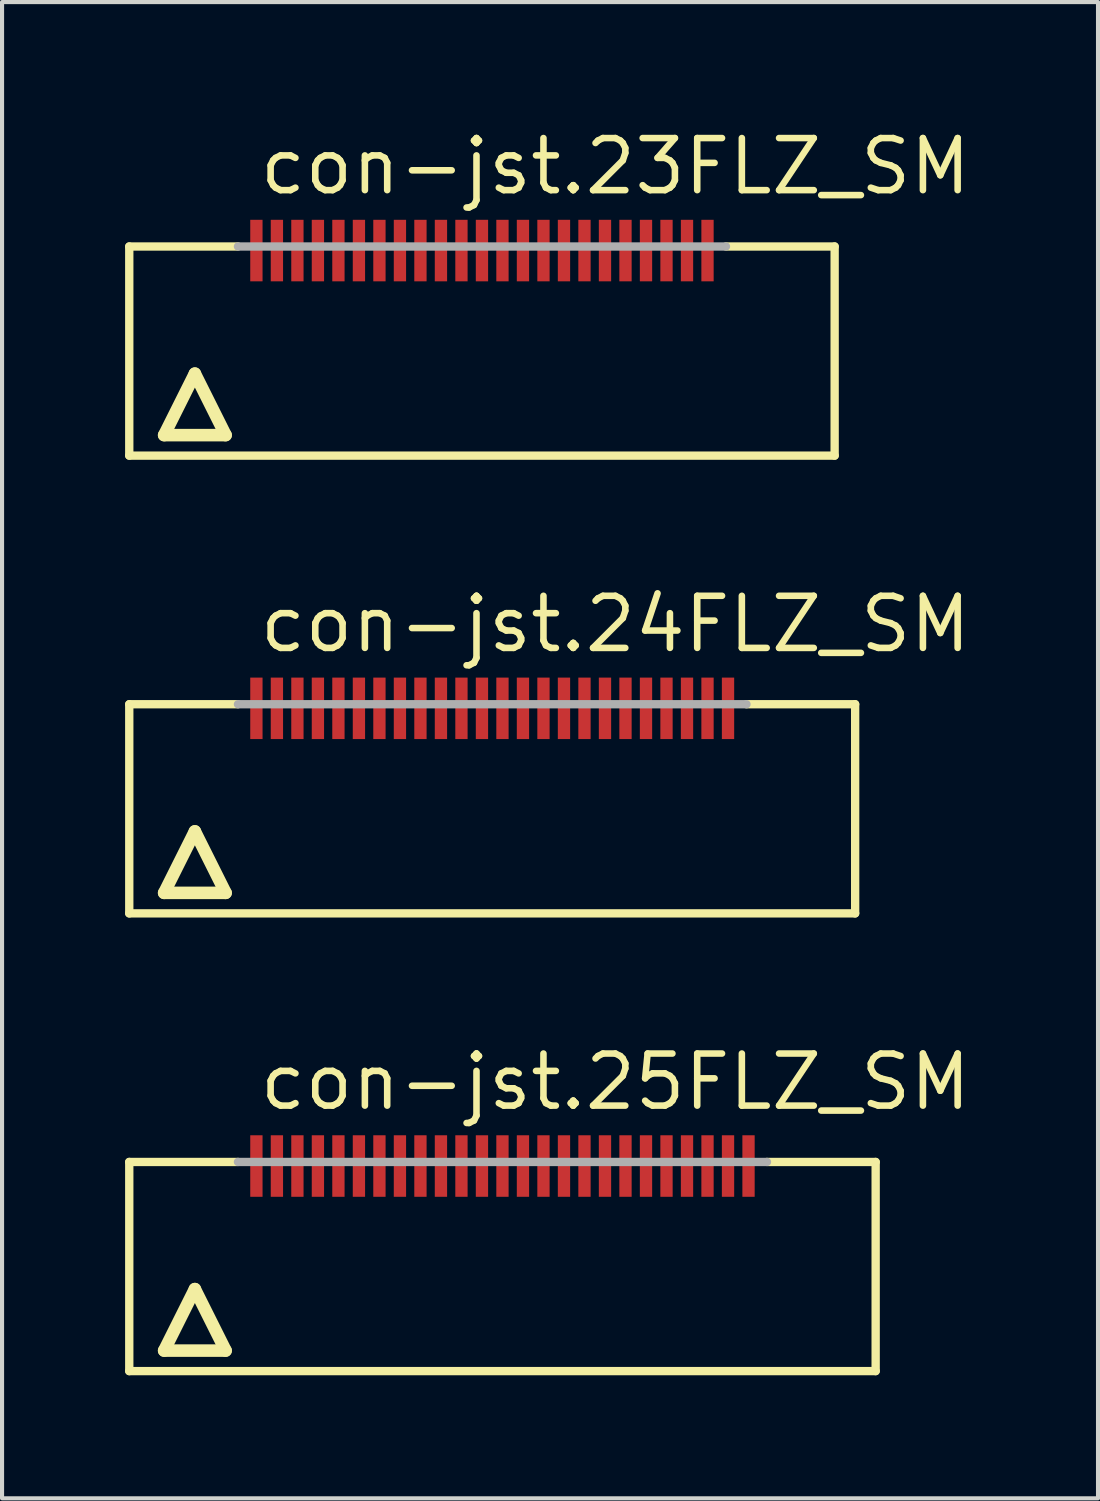
<source format=kicad_pcb>
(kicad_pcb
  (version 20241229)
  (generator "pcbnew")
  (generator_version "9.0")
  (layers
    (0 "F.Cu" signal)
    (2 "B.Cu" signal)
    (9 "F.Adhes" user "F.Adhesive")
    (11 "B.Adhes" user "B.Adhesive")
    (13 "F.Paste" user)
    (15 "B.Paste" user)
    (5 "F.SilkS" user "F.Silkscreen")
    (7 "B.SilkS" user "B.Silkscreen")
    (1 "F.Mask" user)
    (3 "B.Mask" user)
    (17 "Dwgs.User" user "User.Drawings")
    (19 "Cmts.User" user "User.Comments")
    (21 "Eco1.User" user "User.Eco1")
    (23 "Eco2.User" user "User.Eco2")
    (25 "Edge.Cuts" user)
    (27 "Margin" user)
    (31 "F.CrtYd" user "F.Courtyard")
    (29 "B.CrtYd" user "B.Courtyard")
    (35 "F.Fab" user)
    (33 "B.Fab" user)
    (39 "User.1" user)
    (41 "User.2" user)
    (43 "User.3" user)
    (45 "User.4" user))
  (footprint "con-jst.23FLZ_SM"
    (layer "F.Cu")
    (at 8.702 5.56)
    (property "Reference" "con-jst.23FLZ_SM" (at -5.5 -3.81 0) (layer "F.SilkS") (effects (font (size 1.27 1.27) (thickness 0.16)) (justify left bottom)))
    (attr smd)
    (fp_line (start -8.6 -2.6) (end -5.95 -2.6) (stroke (width 0.203) (type default)) (layer "F.SilkS"))
    (fp_line (start -8.6 2.5) (end -8.6 -2.6) (stroke (width 0.203) (type default)) (layer "F.SilkS"))
    (fp_line (start -7.75 2) (end -6.25 2) (stroke (width 0.305) (type default)) (layer "F.SilkS"))
    (fp_line (start -7 0.5) (end -7.75 2) (stroke (width 0.305) (type default)) (layer "F.SilkS"))
    (fp_line (start -6.25 2) (end -7 0.5) (stroke (width 0.305) (type default)) (layer "F.SilkS"))
    (fp_line (start 5.95 -2.6) (end 8.6 -2.6) (stroke (width 0.203) (type default)) (layer "F.SilkS"))
    (fp_line (start 8.6 -2.6) (end 8.6 2.5) (stroke (width 0.203) (type default)) (layer "F.SilkS"))
    (fp_line (start 8.6 2.5) (end -8.6 2.5) (stroke (width 0.203) (type default)) (layer "F.SilkS"))
    (fp_line (start -5.95 -2.6) (end 5.95 -2.6) (stroke (width 0.203) (type default)) (layer "F.Fab"))
    (pad "1" smd roundrect (at -5.5 -2.5) (size 0.3 1.5) (layers "F.Cu" "F.Mask" "F.Paste") (roundrect_rratio 0.01))
    (pad "2" smd roundrect (at -5 -2.5) (size 0.3 1.5) (layers "F.Cu" "F.Mask" "F.Paste") (roundrect_rratio 0.01))
    (pad "3" smd roundrect (at -4.5 -2.5) (size 0.3 1.5) (layers "F.Cu" "F.Mask" "F.Paste") (roundrect_rratio 0.01))
    (pad "4" smd roundrect (at -4 -2.5) (size 0.3 1.5) (layers "F.Cu" "F.Mask" "F.Paste") (roundrect_rratio 0.01))
    (pad "5" smd roundrect (at -3.5 -2.5) (size 0.3 1.5) (layers "F.Cu" "F.Mask" "F.Paste") (roundrect_rratio 0.01))
    (pad "6" smd roundrect (at -3 -2.5) (size 0.3 1.5) (layers "F.Cu" "F.Mask" "F.Paste") (roundrect_rratio 0.01))
    (pad "7" smd roundrect (at -2.5 -2.5) (size 0.3 1.5) (layers "F.Cu" "F.Mask" "F.Paste") (roundrect_rratio 0.01))
    (pad "8" smd roundrect (at -2 -2.5) (size 0.3 1.5) (layers "F.Cu" "F.Mask" "F.Paste") (roundrect_rratio 0.01))
    (pad "9" smd roundrect (at -1.5 -2.5) (size 0.3 1.5) (layers "F.Cu" "F.Mask" "F.Paste") (roundrect_rratio 0.01))
    (pad "10" smd roundrect (at -1 -2.5) (size 0.3 1.5) (layers "F.Cu" "F.Mask" "F.Paste") (roundrect_rratio 0.01))
    (pad "11" smd roundrect (at -0.5 -2.5) (size 0.3 1.5) (layers "F.Cu" "F.Mask" "F.Paste") (roundrect_rratio 0.01))
    (pad "12" smd roundrect (at 0 -2.5) (size 0.3 1.5) (layers "F.Cu" "F.Mask" "F.Paste") (roundrect_rratio 0.01))
    (pad "13" smd roundrect (at 0.5 -2.5) (size 0.3 1.5) (layers "F.Cu" "F.Mask" "F.Paste") (roundrect_rratio 0.01))
    (pad "14" smd roundrect (at 1 -2.5) (size 0.3 1.5) (layers "F.Cu" "F.Mask" "F.Paste") (roundrect_rratio 0.01))
    (pad "15" smd roundrect (at 1.5 -2.5) (size 0.3 1.5) (layers "F.Cu" "F.Mask" "F.Paste") (roundrect_rratio 0.01))
    (pad "16" smd roundrect (at 2 -2.5) (size 0.3 1.5) (layers "F.Cu" "F.Mask" "F.Paste") (roundrect_rratio 0.01))
    (pad "17" smd roundrect (at 2.5 -2.5) (size 0.3 1.5) (layers "F.Cu" "F.Mask" "F.Paste") (roundrect_rratio 0.01))
    (pad "18" smd roundrect (at 3 -2.5) (size 0.3 1.5) (layers "F.Cu" "F.Mask" "F.Paste") (roundrect_rratio 0.01))
    (pad "19" smd roundrect (at 3.5 -2.5) (size 0.3 1.5) (layers "F.Cu" "F.Mask" "F.Paste") (roundrect_rratio 0.01))
    (pad "20" smd roundrect (at 4 -2.5) (size 0.3 1.5) (layers "F.Cu" "F.Mask" "F.Paste") (roundrect_rratio 0.01))
    (pad "21" smd roundrect (at 4.5 -2.5) (size 0.3 1.5) (layers "F.Cu" "F.Mask" "F.Paste") (roundrect_rratio 0.01))
    (pad "22" smd roundrect (at 5 -2.5) (size 0.3 1.5) (layers "F.Cu" "F.Mask" "F.Paste") (roundrect_rratio 0.01))
    (pad "23" smd roundrect (at 5.5 -2.5) (size 0.3 1.5) (layers "F.Cu" "F.Mask" "F.Paste") (roundrect_rratio 0.01)))
  (footprint "con-jst.25FLZ_SM"
    (layer "F.Cu")
    (at 9.202 27.883)
    (property "Reference" "con-jst.25FLZ_SM" (at -6 -3.81 0) (layer "F.SilkS") (effects (font (size 1.27 1.27) (thickness 0.16)) (justify left bottom)))
    (attr smd)
    (fp_line (start -9.1 -2.6) (end -6.45 -2.6) (stroke (width 0.203) (type default)) (layer "F.SilkS"))
    (fp_line (start -9.1 2.5) (end -9.1 -2.6) (stroke (width 0.203) (type default)) (layer "F.SilkS"))
    (fp_line (start -8.25 2) (end -6.75 2) (stroke (width 0.305) (type default)) (layer "F.SilkS"))
    (fp_line (start -7.5 0.5) (end -8.25 2) (stroke (width 0.305) (type default)) (layer "F.SilkS"))
    (fp_line (start -6.75 2) (end -7.5 0.5) (stroke (width 0.305) (type default)) (layer "F.SilkS"))
    (fp_line (start 6.45 -2.6) (end 9.1 -2.6) (stroke (width 0.203) (type default)) (layer "F.SilkS"))
    (fp_line (start 9.1 -2.6) (end 9.1 2.5) (stroke (width 0.203) (type default)) (layer "F.SilkS"))
    (fp_line (start 9.1 2.5) (end -9.1 2.5) (stroke (width 0.203) (type default)) (layer "F.SilkS"))
    (fp_line (start -6.45 -2.6) (end 6.45 -2.6) (stroke (width 0.203) (type default)) (layer "F.Fab"))
    (pad "1" smd roundrect (at -6 -2.5) (size 0.3 1.5) (layers "F.Cu" "F.Mask" "F.Paste") (roundrect_rratio 0.01))
    (pad "2" smd roundrect (at -5.5 -2.5) (size 0.3 1.5) (layers "F.Cu" "F.Mask" "F.Paste") (roundrect_rratio 0.01))
    (pad "3" smd roundrect (at -5 -2.5) (size 0.3 1.5) (layers "F.Cu" "F.Mask" "F.Paste") (roundrect_rratio 0.01))
    (pad "4" smd roundrect (at -4.5 -2.5) (size 0.3 1.5) (layers "F.Cu" "F.Mask" "F.Paste") (roundrect_rratio 0.01))
    (pad "5" smd roundrect (at -4 -2.5) (size 0.3 1.5) (layers "F.Cu" "F.Mask" "F.Paste") (roundrect_rratio 0.01))
    (pad "6" smd roundrect (at -3.5 -2.5) (size 0.3 1.5) (layers "F.Cu" "F.Mask" "F.Paste") (roundrect_rratio 0.01))
    (pad "7" smd roundrect (at -3 -2.5) (size 0.3 1.5) (layers "F.Cu" "F.Mask" "F.Paste") (roundrect_rratio 0.01))
    (pad "8" smd roundrect (at -2.5 -2.5) (size 0.3 1.5) (layers "F.Cu" "F.Mask" "F.Paste") (roundrect_rratio 0.01))
    (pad "9" smd roundrect (at -2 -2.5) (size 0.3 1.5) (layers "F.Cu" "F.Mask" "F.Paste") (roundrect_rratio 0.01))
    (pad "10" smd roundrect (at -1.5 -2.5) (size 0.3 1.5) (layers "F.Cu" "F.Mask" "F.Paste") (roundrect_rratio 0.01))
    (pad "11" smd roundrect (at -1 -2.5) (size 0.3 1.5) (layers "F.Cu" "F.Mask" "F.Paste") (roundrect_rratio 0.01))
    (pad "12" smd roundrect (at -0.5 -2.5) (size 0.3 1.5) (layers "F.Cu" "F.Mask" "F.Paste") (roundrect_rratio 0.01))
    (pad "13" smd roundrect (at 0 -2.5) (size 0.3 1.5) (layers "F.Cu" "F.Mask" "F.Paste") (roundrect_rratio 0.01))
    (pad "14" smd roundrect (at 0.5 -2.5) (size 0.3 1.5) (layers "F.Cu" "F.Mask" "F.Paste") (roundrect_rratio 0.01))
    (pad "15" smd roundrect (at 1 -2.5) (size 0.3 1.5) (layers "F.Cu" "F.Mask" "F.Paste") (roundrect_rratio 0.01))
    (pad "16" smd roundrect (at 1.5 -2.5) (size 0.3 1.5) (layers "F.Cu" "F.Mask" "F.Paste") (roundrect_rratio 0.01))
    (pad "17" smd roundrect (at 2 -2.5) (size 0.3 1.5) (layers "F.Cu" "F.Mask" "F.Paste") (roundrect_rratio 0.01))
    (pad "18" smd roundrect (at 2.5 -2.5) (size 0.3 1.5) (layers "F.Cu" "F.Mask" "F.Paste") (roundrect_rratio 0.01))
    (pad "19" smd roundrect (at 3 -2.5) (size 0.3 1.5) (layers "F.Cu" "F.Mask" "F.Paste") (roundrect_rratio 0.01))
    (pad "20" smd roundrect (at 3.5 -2.5) (size 0.3 1.5) (layers "F.Cu" "F.Mask" "F.Paste") (roundrect_rratio 0.01))
    (pad "21" smd roundrect (at 4 -2.5) (size 0.3 1.5) (layers "F.Cu" "F.Mask" "F.Paste") (roundrect_rratio 0.01))
    (pad "22" smd roundrect (at 4.5 -2.5) (size 0.3 1.5) (layers "F.Cu" "F.Mask" "F.Paste") (roundrect_rratio 0.01))
    (pad "23" smd roundrect (at 5 -2.5) (size 0.3 1.5) (layers "F.Cu" "F.Mask" "F.Paste") (roundrect_rratio 0.01))
    (pad "24" smd roundrect (at 5.5 -2.5) (size 0.3 1.5) (layers "F.Cu" "F.Mask" "F.Paste") (roundrect_rratio 0.01))
    (pad "25" smd roundrect (at 6 -2.5) (size 0.3 1.5) (layers "F.Cu" "F.Mask" "F.Paste") (roundrect_rratio 0.01)))
  (footprint "con-jst.24FLZ_SM"
    (layer "F.Cu")
    (at 8.952 16.722)
    (property "Reference" "con-jst.24FLZ_SM" (at -5.75 -3.81 0) (layer "F.SilkS") (effects (font (size 1.27 1.27) (thickness 0.16)) (justify left bottom)))
    (attr smd)
    (fp_line (start -8.85 -2.6) (end -6.2 -2.6) (stroke (width 0.203) (type default)) (layer "F.SilkS"))
    (fp_line (start -8.85 2.5) (end -8.85 -2.6) (stroke (width 0.203) (type default)) (layer "F.SilkS"))
    (fp_line (start -8 2) (end -6.5 2) (stroke (width 0.305) (type default)) (layer "F.SilkS"))
    (fp_line (start -7.25 0.5) (end -8 2) (stroke (width 0.305) (type default)) (layer "F.SilkS"))
    (fp_line (start -6.5 2) (end -7.25 0.5) (stroke (width 0.305) (type default)) (layer "F.SilkS"))
    (fp_line (start 6.2 -2.6) (end 8.85 -2.6) (stroke (width 0.203) (type default)) (layer "F.SilkS"))
    (fp_line (start 8.85 -2.6) (end 8.85 2.5) (stroke (width 0.203) (type default)) (layer "F.SilkS"))
    (fp_line (start 8.85 2.5) (end -8.85 2.5) (stroke (width 0.203) (type default)) (layer "F.SilkS"))
    (fp_line (start -6.2 -2.6) (end 6.2 -2.6) (stroke (width 0.203) (type default)) (layer "F.Fab"))
    (pad "1" smd roundrect (at -5.75 -2.5) (size 0.3 1.5) (layers "F.Cu" "F.Mask" "F.Paste") (roundrect_rratio 0.01))
    (pad "2" smd roundrect (at -5.25 -2.5) (size 0.3 1.5) (layers "F.Cu" "F.Mask" "F.Paste") (roundrect_rratio 0.01))
    (pad "3" smd roundrect (at -4.75 -2.5) (size 0.3 1.5) (layers "F.Cu" "F.Mask" "F.Paste") (roundrect_rratio 0.01))
    (pad "4" smd roundrect (at -4.25 -2.5) (size 0.3 1.5) (layers "F.Cu" "F.Mask" "F.Paste") (roundrect_rratio 0.01))
    (pad "5" smd roundrect (at -3.75 -2.5) (size 0.3 1.5) (layers "F.Cu" "F.Mask" "F.Paste") (roundrect_rratio 0.01))
    (pad "6" smd roundrect (at -3.25 -2.5) (size 0.3 1.5) (layers "F.Cu" "F.Mask" "F.Paste") (roundrect_rratio 0.01))
    (pad "7" smd roundrect (at -2.75 -2.5) (size 0.3 1.5) (layers "F.Cu" "F.Mask" "F.Paste") (roundrect_rratio 0.01))
    (pad "8" smd roundrect (at -2.25 -2.5) (size 0.3 1.5) (layers "F.Cu" "F.Mask" "F.Paste") (roundrect_rratio 0.01))
    (pad "9" smd roundrect (at -1.75 -2.5) (size 0.3 1.5) (layers "F.Cu" "F.Mask" "F.Paste") (roundrect_rratio 0.01))
    (pad "10" smd roundrect (at -1.25 -2.5) (size 0.3 1.5) (layers "F.Cu" "F.Mask" "F.Paste") (roundrect_rratio 0.01))
    (pad "11" smd roundrect (at -0.75 -2.5) (size 0.3 1.5) (layers "F.Cu" "F.Mask" "F.Paste") (roundrect_rratio 0.01))
    (pad "12" smd roundrect (at -0.25 -2.5) (size 0.3 1.5) (layers "F.Cu" "F.Mask" "F.Paste") (roundrect_rratio 0.01))
    (pad "13" smd roundrect (at 0.25 -2.5) (size 0.3 1.5) (layers "F.Cu" "F.Mask" "F.Paste") (roundrect_rratio 0.01))
    (pad "14" smd roundrect (at 0.75 -2.5) (size 0.3 1.5) (layers "F.Cu" "F.Mask" "F.Paste") (roundrect_rratio 0.01))
    (pad "15" smd roundrect (at 1.25 -2.5) (size 0.3 1.5) (layers "F.Cu" "F.Mask" "F.Paste") (roundrect_rratio 0.01))
    (pad "16" smd roundrect (at 1.75 -2.5) (size 0.3 1.5) (layers "F.Cu" "F.Mask" "F.Paste") (roundrect_rratio 0.01))
    (pad "17" smd roundrect (at 2.25 -2.5) (size 0.3 1.5) (layers "F.Cu" "F.Mask" "F.Paste") (roundrect_rratio 0.01))
    (pad "18" smd roundrect (at 2.75 -2.5) (size 0.3 1.5) (layers "F.Cu" "F.Mask" "F.Paste") (roundrect_rratio 0.01))
    (pad "19" smd roundrect (at 3.25 -2.5) (size 0.3 1.5) (layers "F.Cu" "F.Mask" "F.Paste") (roundrect_rratio 0.01))
    (pad "20" smd roundrect (at 3.75 -2.5) (size 0.3 1.5) (layers "F.Cu" "F.Mask" "F.Paste") (roundrect_rratio 0.01))
    (pad "21" smd roundrect (at 4.25 -2.5) (size 0.3 1.5) (layers "F.Cu" "F.Mask" "F.Paste") (roundrect_rratio 0.01))
    (pad "22" smd roundrect (at 4.75 -2.5) (size 0.3 1.5) (layers "F.Cu" "F.Mask" "F.Paste") (roundrect_rratio 0.01))
    (pad "23" smd roundrect (at 5.25 -2.5) (size 0.3 1.5) (layers "F.Cu" "F.Mask" "F.Paste") (roundrect_rratio 0.01))
    (pad "24" smd roundrect (at 5.75 -2.5) (size 0.3 1.5) (layers "F.Cu" "F.Mask" "F.Paste") (roundrect_rratio 0.01)))
  (gr_rect
    (start -3 -3)
    (end 23.724 33.485)
    (stroke (width 0.1) (type default))
    (fill no)
    (layer "Edge.Cuts")))
</source>
